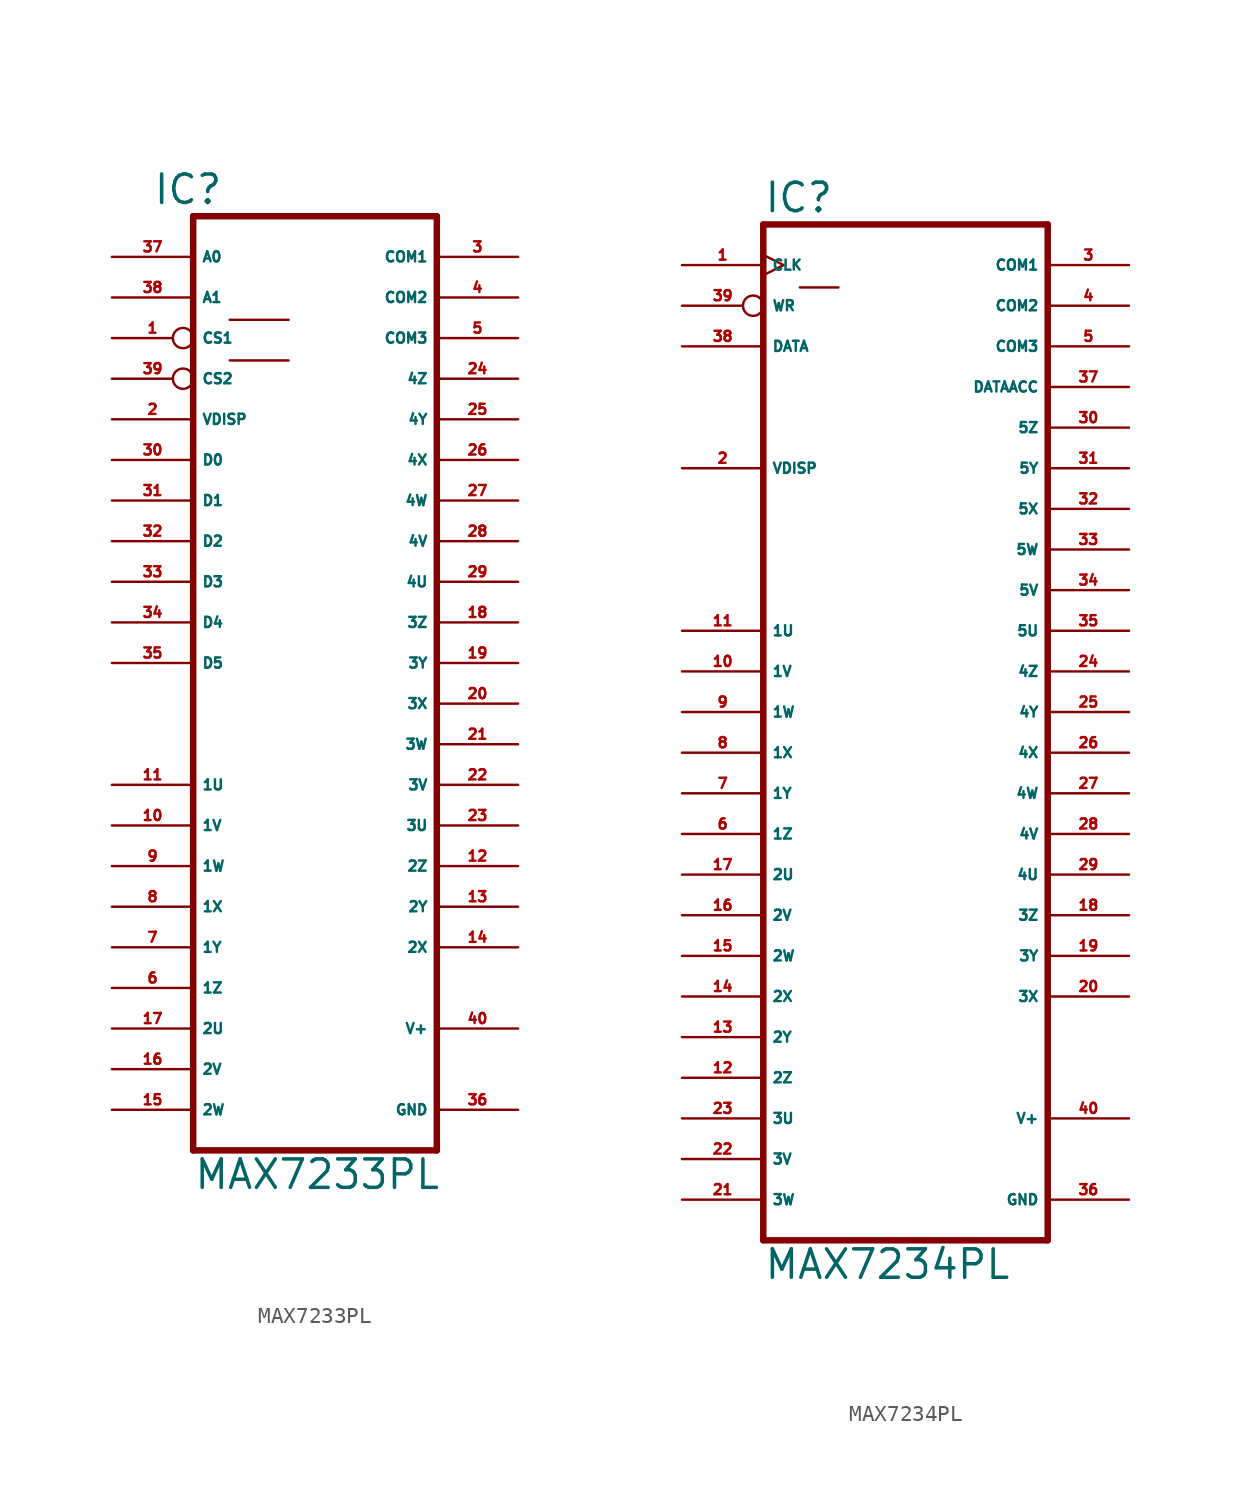
<source format=kicad_sym>
(kicad_symbol_lib
  (version 20220914)
  (generator Eagle2Kicad)
  (symbol "MAX7233PL"
    (property "Reference" "IC"
      (at -10.16 31.115 0)
      (effects (font (size 1.778 1.778) (thickness 0.22)) (justify left bottom)))
    (property "Value" "MAX7233PL"
      (at -7.62 -30.48 0)
      (effects (font (size 1.778 1.778) (thickness 0.22)) (justify left bottom)))
    (polyline
      (pts (xy -7.62 -27.94) (xy 7.62 -27.94))
      (stroke (width 0.406) (type default))
      (fill (type none)))
    (polyline
      (pts (xy 7.62 30.48) (xy 7.62 -27.94))
      (stroke (width 0.406) (type default))
      (fill (type none)))
    (polyline
      (pts (xy 7.62 30.48) (xy -7.62 30.48))
      (stroke (width 0.406) (type default))
      (fill (type none)))
    (polyline
      (pts (xy -7.62 -27.94) (xy -7.62 30.48))
      (stroke (width 0.406) (type default))
      (fill (type none)))
    (polyline
      (pts (xy -5.334 24.003) (xy -1.651 24.003))
      (stroke (width 0.152) (type default))
      (fill (type none)))
    (polyline
      (pts (xy -5.334 21.463) (xy -1.651 21.463))
      (stroke (width 0.152) (type default))
      (fill (type none)))
    (pin input line
      (at -12.7 27.94 0)
      (length 5.08)
      (name "A0" (effects (font (size 0.635 0.635) (thickness 0.08)) (justify left bottom)))
      (number "37" (effects (font (size 0.635 0.635) (thickness 0.08)) (justify left bottom))))
    (pin input line
      (at -12.7 25.4 0)
      (length 5.08)
      (name "A1" (effects (font (size 0.635 0.635) (thickness 0.08)) (justify left bottom)))
      (number "38" (effects (font (size 0.635 0.635) (thickness 0.08)) (justify left bottom))))
    (pin input inverted
      (at -12.7 22.86 0)
      (length 5.08)
      (name "CS1" (effects (font (size 0.635 0.635) (thickness 0.08)) (justify left bottom)))
      (number "1" (effects (font (size 0.635 0.635) (thickness 0.08)) (justify left bottom))))
    (pin input inverted
      (at -12.7 20.32 0)
      (length 5.08)
      (name "CS2" (effects (font (size 0.635 0.635) (thickness 0.08)) (justify left bottom)))
      (number "39" (effects (font (size 0.635 0.635) (thickness 0.08)) (justify left bottom))))
    (pin input line
      (at -12.7 7.62 0)
      (length 5.08)
      (name "D3" (effects (font (size 0.635 0.635) (thickness 0.08)) (justify left bottom)))
      (number "33" (effects (font (size 0.635 0.635) (thickness 0.08)) (justify left bottom))))
    (pin input line
      (at -12.7 15.24 0)
      (length 5.08)
      (name "D0" (effects (font (size 0.635 0.635) (thickness 0.08)) (justify left bottom)))
      (number "30" (effects (font (size 0.635 0.635) (thickness 0.08)) (justify left bottom))))
    (pin input line
      (at -12.7 12.7 0)
      (length 5.08)
      (name "D1" (effects (font (size 0.635 0.635) (thickness 0.08)) (justify left bottom)))
      (number "31" (effects (font (size 0.635 0.635) (thickness 0.08)) (justify left bottom))))
    (pin input line
      (at -12.7 10.16 0)
      (length 5.08)
      (name "D2" (effects (font (size 0.635 0.635) (thickness 0.08)) (justify left bottom)))
      (number "32" (effects (font (size 0.635 0.635) (thickness 0.08)) (justify left bottom))))
    (pin input line
      (at -12.7 17.78 0)
      (length 5.08)
      (name "VDISP" (effects (font (size 0.635 0.635) (thickness 0.08)) (justify left bottom)))
      (number "2" (effects (font (size 0.635 0.635) (thickness 0.08)) (justify left bottom))))
    (pin input line
      (at -12.7 5.08 0)
      (length 5.08)
      (name "D4" (effects (font (size 0.635 0.635) (thickness 0.08)) (justify left bottom)))
      (number "34" (effects (font (size 0.635 0.635) (thickness 0.08)) (justify left bottom))))
    (pin input line
      (at -12.7 2.54 0)
      (length 5.08)
      (name "D5" (effects (font (size 0.635 0.635) (thickness 0.08)) (justify left bottom)))
      (number "35" (effects (font (size 0.635 0.635) (thickness 0.08)) (justify left bottom))))
    (pin output line
      (at 12.7 27.94 180)
      (length 5.08)
      (name "COM1" (effects (font (size 0.635 0.635) (thickness 0.08)) (justify left bottom)))
      (number "3" (effects (font (size 0.635 0.635) (thickness 0.08)) (justify left bottom))))
    (pin output line
      (at 12.7 25.4 180)
      (length 5.08)
      (name "COM2" (effects (font (size 0.635 0.635) (thickness 0.08)) (justify left bottom)))
      (number "4" (effects (font (size 0.635 0.635) (thickness 0.08)) (justify left bottom))))
    (pin output line
      (at 12.7 22.86 180)
      (length 5.08)
      (name "COM3" (effects (font (size 0.635 0.635) (thickness 0.08)) (justify left bottom)))
      (number "5" (effects (font (size 0.635 0.635) (thickness 0.08)) (justify left bottom))))
    (pin unspecified line
      (at 12.7 -25.4 180)
      (length 5.08)
      (name "GND" (effects (font (size 0.635 0.635) (thickness 0.08)) (justify left bottom)))
      (number "36" (effects (font (size 0.635 0.635) (thickness 0.08)) (justify left bottom))))
    (pin unspecified line
      (at 12.7 -20.32 180)
      (length 5.08)
      (name "V+" (effects (font (size 0.635 0.635) (thickness 0.08)) (justify left bottom)))
      (number "40" (effects (font (size 0.635 0.635) (thickness 0.08)) (justify left bottom))))
    (pin output line
      (at -12.7 -5.08 0)
      (length 5.08)
      (name "1U" (effects (font (size 0.635 0.635) (thickness 0.08)) (justify left bottom)))
      (number "11" (effects (font (size 0.635 0.635) (thickness 0.08)) (justify left bottom))))
    (pin output line
      (at -12.7 -7.62 0)
      (length 5.08)
      (name "1V" (effects (font (size 0.635 0.635) (thickness 0.08)) (justify left bottom)))
      (number "10" (effects (font (size 0.635 0.635) (thickness 0.08)) (justify left bottom))))
    (pin output line
      (at -12.7 -10.16 0)
      (length 5.08)
      (name "1W" (effects (font (size 0.635 0.635) (thickness 0.08)) (justify left bottom)))
      (number "9" (effects (font (size 0.635 0.635) (thickness 0.08)) (justify left bottom))))
    (pin output line
      (at -12.7 -12.7 0)
      (length 5.08)
      (name "1X" (effects (font (size 0.635 0.635) (thickness 0.08)) (justify left bottom)))
      (number "8" (effects (font (size 0.635 0.635) (thickness 0.08)) (justify left bottom))))
    (pin output line
      (at -12.7 -15.24 0)
      (length 5.08)
      (name "1Y" (effects (font (size 0.635 0.635) (thickness 0.08)) (justify left bottom)))
      (number "7" (effects (font (size 0.635 0.635) (thickness 0.08)) (justify left bottom))))
    (pin output line
      (at -12.7 -17.78 0)
      (length 5.08)
      (name "1Z" (effects (font (size 0.635 0.635) (thickness 0.08)) (justify left bottom)))
      (number "6" (effects (font (size 0.635 0.635) (thickness 0.08)) (justify left bottom))))
    (pin output line
      (at -12.7 -20.32 0)
      (length 5.08)
      (name "2U" (effects (font (size 0.635 0.635) (thickness 0.08)) (justify left bottom)))
      (number "17" (effects (font (size 0.635 0.635) (thickness 0.08)) (justify left bottom))))
    (pin output line
      (at -12.7 -22.86 0)
      (length 5.08)
      (name "2V" (effects (font (size 0.635 0.635) (thickness 0.08)) (justify left bottom)))
      (number "16" (effects (font (size 0.635 0.635) (thickness 0.08)) (justify left bottom))))
    (pin output line
      (at -12.7 -25.4 0)
      (length 5.08)
      (name "2W" (effects (font (size 0.635 0.635) (thickness 0.08)) (justify left bottom)))
      (number "15" (effects (font (size 0.635 0.635) (thickness 0.08)) (justify left bottom))))
    (pin output line
      (at 12.7 -15.24 180)
      (length 5.08)
      (name "2X" (effects (font (size 0.635 0.635) (thickness 0.08)) (justify left bottom)))
      (number "14" (effects (font (size 0.635 0.635) (thickness 0.08)) (justify left bottom))))
    (pin output line
      (at 12.7 -12.7 180)
      (length 5.08)
      (name "2Y" (effects (font (size 0.635 0.635) (thickness 0.08)) (justify left bottom)))
      (number "13" (effects (font (size 0.635 0.635) (thickness 0.08)) (justify left bottom))))
    (pin output line
      (at 12.7 -10.16 180)
      (length 5.08)
      (name "2Z" (effects (font (size 0.635 0.635) (thickness 0.08)) (justify left bottom)))
      (number "12" (effects (font (size 0.635 0.635) (thickness 0.08)) (justify left bottom))))
    (pin output line
      (at 12.7 20.32 180)
      (length 5.08)
      (name "4Z" (effects (font (size 0.635 0.635) (thickness 0.08)) (justify left bottom)))
      (number "24" (effects (font (size 0.635 0.635) (thickness 0.08)) (justify left bottom))))
    (pin output line
      (at 12.7 17.78 180)
      (length 5.08)
      (name "4Y" (effects (font (size 0.635 0.635) (thickness 0.08)) (justify left bottom)))
      (number "25" (effects (font (size 0.635 0.635) (thickness 0.08)) (justify left bottom))))
    (pin output line
      (at 12.7 15.24 180)
      (length 5.08)
      (name "4X" (effects (font (size 0.635 0.635) (thickness 0.08)) (justify left bottom)))
      (number "26" (effects (font (size 0.635 0.635) (thickness 0.08)) (justify left bottom))))
    (pin output line
      (at 12.7 12.7 180)
      (length 5.08)
      (name "4W" (effects (font (size 0.635 0.635) (thickness 0.08)) (justify left bottom)))
      (number "27" (effects (font (size 0.635 0.635) (thickness 0.08)) (justify left bottom))))
    (pin output line
      (at 12.7 10.16 180)
      (length 5.08)
      (name "4V" (effects (font (size 0.635 0.635) (thickness 0.08)) (justify left bottom)))
      (number "28" (effects (font (size 0.635 0.635) (thickness 0.08)) (justify left bottom))))
    (pin output line
      (at 12.7 7.62 180)
      (length 5.08)
      (name "4U" (effects (font (size 0.635 0.635) (thickness 0.08)) (justify left bottom)))
      (number "29" (effects (font (size 0.635 0.635) (thickness 0.08)) (justify left bottom))))
    (pin output line
      (at 12.7 5.08 180)
      (length 5.08)
      (name "3Z" (effects (font (size 0.635 0.635) (thickness 0.08)) (justify left bottom)))
      (number "18" (effects (font (size 0.635 0.635) (thickness 0.08)) (justify left bottom))))
    (pin output line
      (at 12.7 2.54 180)
      (length 5.08)
      (name "3Y" (effects (font (size 0.635 0.635) (thickness 0.08)) (justify left bottom)))
      (number "19" (effects (font (size 0.635 0.635) (thickness 0.08)) (justify left bottom))))
    (pin output line
      (at 12.7 0 180)
      (length 5.08)
      (name "3X" (effects (font (size 0.635 0.635) (thickness 0.08)) (justify left bottom)))
      (number "20" (effects (font (size 0.635 0.635) (thickness 0.08)) (justify left bottom))))
    (pin output line
      (at 12.7 -2.54 180)
      (length 5.08)
      (name "3W" (effects (font (size 0.635 0.635) (thickness 0.08)) (justify left bottom)))
      (number "21" (effects (font (size 0.635 0.635) (thickness 0.08)) (justify left bottom))))
    (pin output line
      (at 12.7 -5.08 180)
      (length 5.08)
      (name "3V" (effects (font (size 0.635 0.635) (thickness 0.08)) (justify left bottom)))
      (number "22" (effects (font (size 0.635 0.635) (thickness 0.08)) (justify left bottom))))
    (pin output line
      (at 12.7 -7.62 180)
      (length 5.08)
      (name "3U" (effects (font (size 0.635 0.635) (thickness 0.08)) (justify left bottom)))
      (number "23" (effects (font (size 0.635 0.635) (thickness 0.08)) (justify left bottom)))))
  (symbol "MAX7234PL"
    (property "Reference" "IC"
      (at -10.16 31.115 0)
      (effects (font (size 1.778 1.778) (thickness 0.22)) (justify left bottom)))
    (property "Value" "MAX7234PL"
      (at -10.16 -35.56 0)
      (effects (font (size 1.778 1.778) (thickness 0.22)) (justify left bottom)))
    (polyline
      (pts (xy -10.16 -33.02) (xy 7.62 -33.02))
      (stroke (width 0.406) (type default))
      (fill (type none)))
    (polyline
      (pts (xy 7.62 30.48) (xy 7.62 -33.02))
      (stroke (width 0.406) (type default))
      (fill (type none)))
    (polyline
      (pts (xy 7.62 30.48) (xy -10.16 30.48))
      (stroke (width 0.406) (type default))
      (fill (type none)))
    (polyline
      (pts (xy -10.16 -33.02) (xy -10.16 30.48))
      (stroke (width 0.406) (type default))
      (fill (type none)))
    (polyline
      (pts (xy -7.874 26.543) (xy -5.461 26.543))
      (stroke (width 0.152) (type default))
      (fill (type none)))
    (pin input clock
      (at -15.24 27.94 0)
      (length 5.08)
      (name "CLK" (effects (font (size 0.635 0.635) (thickness 0.08)) (justify left bottom)))
      (number "1" (effects (font (size 0.635 0.635) (thickness 0.08)) (justify left bottom))))
    (pin input inverted
      (at -15.24 25.4 0)
      (length 5.08)
      (name "WR" (effects (font (size 0.635 0.635) (thickness 0.08)) (justify left bottom)))
      (number "39" (effects (font (size 0.635 0.635) (thickness 0.08)) (justify left bottom))))
    (pin input line
      (at -15.24 22.86 0)
      (length 5.08)
      (name "DATA" (effects (font (size 0.635 0.635) (thickness 0.08)) (justify left bottom)))
      (number "38" (effects (font (size 0.635 0.635) (thickness 0.08)) (justify left bottom))))
    (pin output line
      (at 12.7 20.32 180)
      (length 5.08)
      (name "DATAACC" (effects (font (size 0.635 0.635) (thickness 0.08)) (justify left bottom)))
      (number "37" (effects (font (size 0.635 0.635) (thickness 0.08)) (justify left bottom))))
    (pin output line
      (at 12.7 17.78 180)
      (length 5.08)
      (name "5Z" (effects (font (size 0.635 0.635) (thickness 0.08)) (justify left bottom)))
      (number "30" (effects (font (size 0.635 0.635) (thickness 0.08)) (justify left bottom))))
    (pin output line
      (at 12.7 15.24 180)
      (length 5.08)
      (name "5Y" (effects (font (size 0.635 0.635) (thickness 0.08)) (justify left bottom)))
      (number "31" (effects (font (size 0.635 0.635) (thickness 0.08)) (justify left bottom))))
    (pin output line
      (at 12.7 12.7 180)
      (length 5.08)
      (name "5X" (effects (font (size 0.635 0.635) (thickness 0.08)) (justify left bottom)))
      (number "32" (effects (font (size 0.635 0.635) (thickness 0.08)) (justify left bottom))))
    (pin output line
      (at 12.7 10.16 180)
      (length 5.08)
      (name "5W" (effects (font (size 0.635 0.635) (thickness 0.08)) (justify left bottom)))
      (number "33" (effects (font (size 0.635 0.635) (thickness 0.08)) (justify left bottom))))
    (pin input line
      (at -15.24 15.24 0)
      (length 5.08)
      (name "VDISP" (effects (font (size 0.635 0.635) (thickness 0.08)) (justify left bottom)))
      (number "2" (effects (font (size 0.635 0.635) (thickness 0.08)) (justify left bottom))))
    (pin output line
      (at 12.7 5.08 180)
      (length 5.08)
      (name "5U" (effects (font (size 0.635 0.635) (thickness 0.08)) (justify left bottom)))
      (number "35" (effects (font (size 0.635 0.635) (thickness 0.08)) (justify left bottom))))
    (pin output line
      (at 12.7 7.62 180)
      (length 5.08)
      (name "5V" (effects (font (size 0.635 0.635) (thickness 0.08)) (justify left bottom)))
      (number "34" (effects (font (size 0.635 0.635) (thickness 0.08)) (justify left bottom))))
    (pin output line
      (at 12.7 27.94 180)
      (length 5.08)
      (name "COM1" (effects (font (size 0.635 0.635) (thickness 0.08)) (justify left bottom)))
      (number "3" (effects (font (size 0.635 0.635) (thickness 0.08)) (justify left bottom))))
    (pin output line
      (at 12.7 25.4 180)
      (length 5.08)
      (name "COM2" (effects (font (size 0.635 0.635) (thickness 0.08)) (justify left bottom)))
      (number "4" (effects (font (size 0.635 0.635) (thickness 0.08)) (justify left bottom))))
    (pin output line
      (at 12.7 22.86 180)
      (length 5.08)
      (name "COM3" (effects (font (size 0.635 0.635) (thickness 0.08)) (justify left bottom)))
      (number "5" (effects (font (size 0.635 0.635) (thickness 0.08)) (justify left bottom))))
    (pin unspecified line
      (at 12.7 -30.48 180)
      (length 5.08)
      (name "GND" (effects (font (size 0.635 0.635) (thickness 0.08)) (justify left bottom)))
      (number "36" (effects (font (size 0.635 0.635) (thickness 0.08)) (justify left bottom))))
    (pin unspecified line
      (at 12.7 -25.4 180)
      (length 5.08)
      (name "V+" (effects (font (size 0.635 0.635) (thickness 0.08)) (justify left bottom)))
      (number "40" (effects (font (size 0.635 0.635) (thickness 0.08)) (justify left bottom))))
    (pin output line
      (at -15.24 5.08 0)
      (length 5.08)
      (name "1U" (effects (font (size 0.635 0.635) (thickness 0.08)) (justify left bottom)))
      (number "11" (effects (font (size 0.635 0.635) (thickness 0.08)) (justify left bottom))))
    (pin output line
      (at -15.24 2.54 0)
      (length 5.08)
      (name "1V" (effects (font (size 0.635 0.635) (thickness 0.08)) (justify left bottom)))
      (number "10" (effects (font (size 0.635 0.635) (thickness 0.08)) (justify left bottom))))
    (pin output line
      (at -15.24 0 0)
      (length 5.08)
      (name "1W" (effects (font (size 0.635 0.635) (thickness 0.08)) (justify left bottom)))
      (number "9" (effects (font (size 0.635 0.635) (thickness 0.08)) (justify left bottom))))
    (pin output line
      (at -15.24 -2.54 0)
      (length 5.08)
      (name "1X" (effects (font (size 0.635 0.635) (thickness 0.08)) (justify left bottom)))
      (number "8" (effects (font (size 0.635 0.635) (thickness 0.08)) (justify left bottom))))
    (pin output line
      (at -15.24 -5.08 0)
      (length 5.08)
      (name "1Y" (effects (font (size 0.635 0.635) (thickness 0.08)) (justify left bottom)))
      (number "7" (effects (font (size 0.635 0.635) (thickness 0.08)) (justify left bottom))))
    (pin output line
      (at -15.24 -7.62 0)
      (length 5.08)
      (name "1Z" (effects (font (size 0.635 0.635) (thickness 0.08)) (justify left bottom)))
      (number "6" (effects (font (size 0.635 0.635) (thickness 0.08)) (justify left bottom))))
    (pin output line
      (at -15.24 -10.16 0)
      (length 5.08)
      (name "2U" (effects (font (size 0.635 0.635) (thickness 0.08)) (justify left bottom)))
      (number "17" (effects (font (size 0.635 0.635) (thickness 0.08)) (justify left bottom))))
    (pin output line
      (at -15.24 -12.7 0)
      (length 5.08)
      (name "2V" (effects (font (size 0.635 0.635) (thickness 0.08)) (justify left bottom)))
      (number "16" (effects (font (size 0.635 0.635) (thickness 0.08)) (justify left bottom))))
    (pin output line
      (at -15.24 -15.24 0)
      (length 5.08)
      (name "2W" (effects (font (size 0.635 0.635) (thickness 0.08)) (justify left bottom)))
      (number "15" (effects (font (size 0.635 0.635) (thickness 0.08)) (justify left bottom))))
    (pin output line
      (at -15.24 -17.78 0)
      (length 5.08)
      (name "2X" (effects (font (size 0.635 0.635) (thickness 0.08)) (justify left bottom)))
      (number "14" (effects (font (size 0.635 0.635) (thickness 0.08)) (justify left bottom))))
    (pin output line
      (at -15.24 -20.32 0)
      (length 5.08)
      (name "2Y" (effects (font (size 0.635 0.635) (thickness 0.08)) (justify left bottom)))
      (number "13" (effects (font (size 0.635 0.635) (thickness 0.08)) (justify left bottom))))
    (pin output line
      (at -15.24 -22.86 0)
      (length 5.08)
      (name "2Z" (effects (font (size 0.635 0.635) (thickness 0.08)) (justify left bottom)))
      (number "12" (effects (font (size 0.635 0.635) (thickness 0.08)) (justify left bottom))))
    (pin output line
      (at 12.7 2.54 180)
      (length 5.08)
      (name "4Z" (effects (font (size 0.635 0.635) (thickness 0.08)) (justify left bottom)))
      (number "24" (effects (font (size 0.635 0.635) (thickness 0.08)) (justify left bottom))))
    (pin output line
      (at 12.7 0 180)
      (length 5.08)
      (name "4Y" (effects (font (size 0.635 0.635) (thickness 0.08)) (justify left bottom)))
      (number "25" (effects (font (size 0.635 0.635) (thickness 0.08)) (justify left bottom))))
    (pin output line
      (at 12.7 -2.54 180)
      (length 5.08)
      (name "4X" (effects (font (size 0.635 0.635) (thickness 0.08)) (justify left bottom)))
      (number "26" (effects (font (size 0.635 0.635) (thickness 0.08)) (justify left bottom))))
    (pin output line
      (at 12.7 -5.08 180)
      (length 5.08)
      (name "4W" (effects (font (size 0.635 0.635) (thickness 0.08)) (justify left bottom)))
      (number "27" (effects (font (size 0.635 0.635) (thickness 0.08)) (justify left bottom))))
    (pin output line
      (at 12.7 -7.62 180)
      (length 5.08)
      (name "4V" (effects (font (size 0.635 0.635) (thickness 0.08)) (justify left bottom)))
      (number "28" (effects (font (size 0.635 0.635) (thickness 0.08)) (justify left bottom))))
    (pin output line
      (at 12.7 -10.16 180)
      (length 5.08)
      (name "4U" (effects (font (size 0.635 0.635) (thickness 0.08)) (justify left bottom)))
      (number "29" (effects (font (size 0.635 0.635) (thickness 0.08)) (justify left bottom))))
    (pin output line
      (at 12.7 -12.7 180)
      (length 5.08)
      (name "3Z" (effects (font (size 0.635 0.635) (thickness 0.08)) (justify left bottom)))
      (number "18" (effects (font (size 0.635 0.635) (thickness 0.08)) (justify left bottom))))
    (pin output line
      (at 12.7 -15.24 180)
      (length 5.08)
      (name "3Y" (effects (font (size 0.635 0.635) (thickness 0.08)) (justify left bottom)))
      (number "19" (effects (font (size 0.635 0.635) (thickness 0.08)) (justify left bottom))))
    (pin output line
      (at 12.7 -17.78 180)
      (length 5.08)
      (name "3X" (effects (font (size 0.635 0.635) (thickness 0.08)) (justify left bottom)))
      (number "20" (effects (font (size 0.635 0.635) (thickness 0.08)) (justify left bottom))))
    (pin output line
      (at -15.24 -30.48 0)
      (length 5.08)
      (name "3W" (effects (font (size 0.635 0.635) (thickness 0.08)) (justify left bottom)))
      (number "21" (effects (font (size 0.635 0.635) (thickness 0.08)) (justify left bottom))))
    (pin output line
      (at -15.24 -27.94 0)
      (length 5.08)
      (name "3V" (effects (font (size 0.635 0.635) (thickness 0.08)) (justify left bottom)))
      (number "22" (effects (font (size 0.635 0.635) (thickness 0.08)) (justify left bottom))))
    (pin output line
      (at -15.24 -25.4 0)
      (length 5.08)
      (name "3U" (effects (font (size 0.635 0.635) (thickness 0.08)) (justify left bottom)))
      (number "23" (effects (font (size 0.635 0.635) (thickness 0.08)) (justify left bottom))))))
</source>
